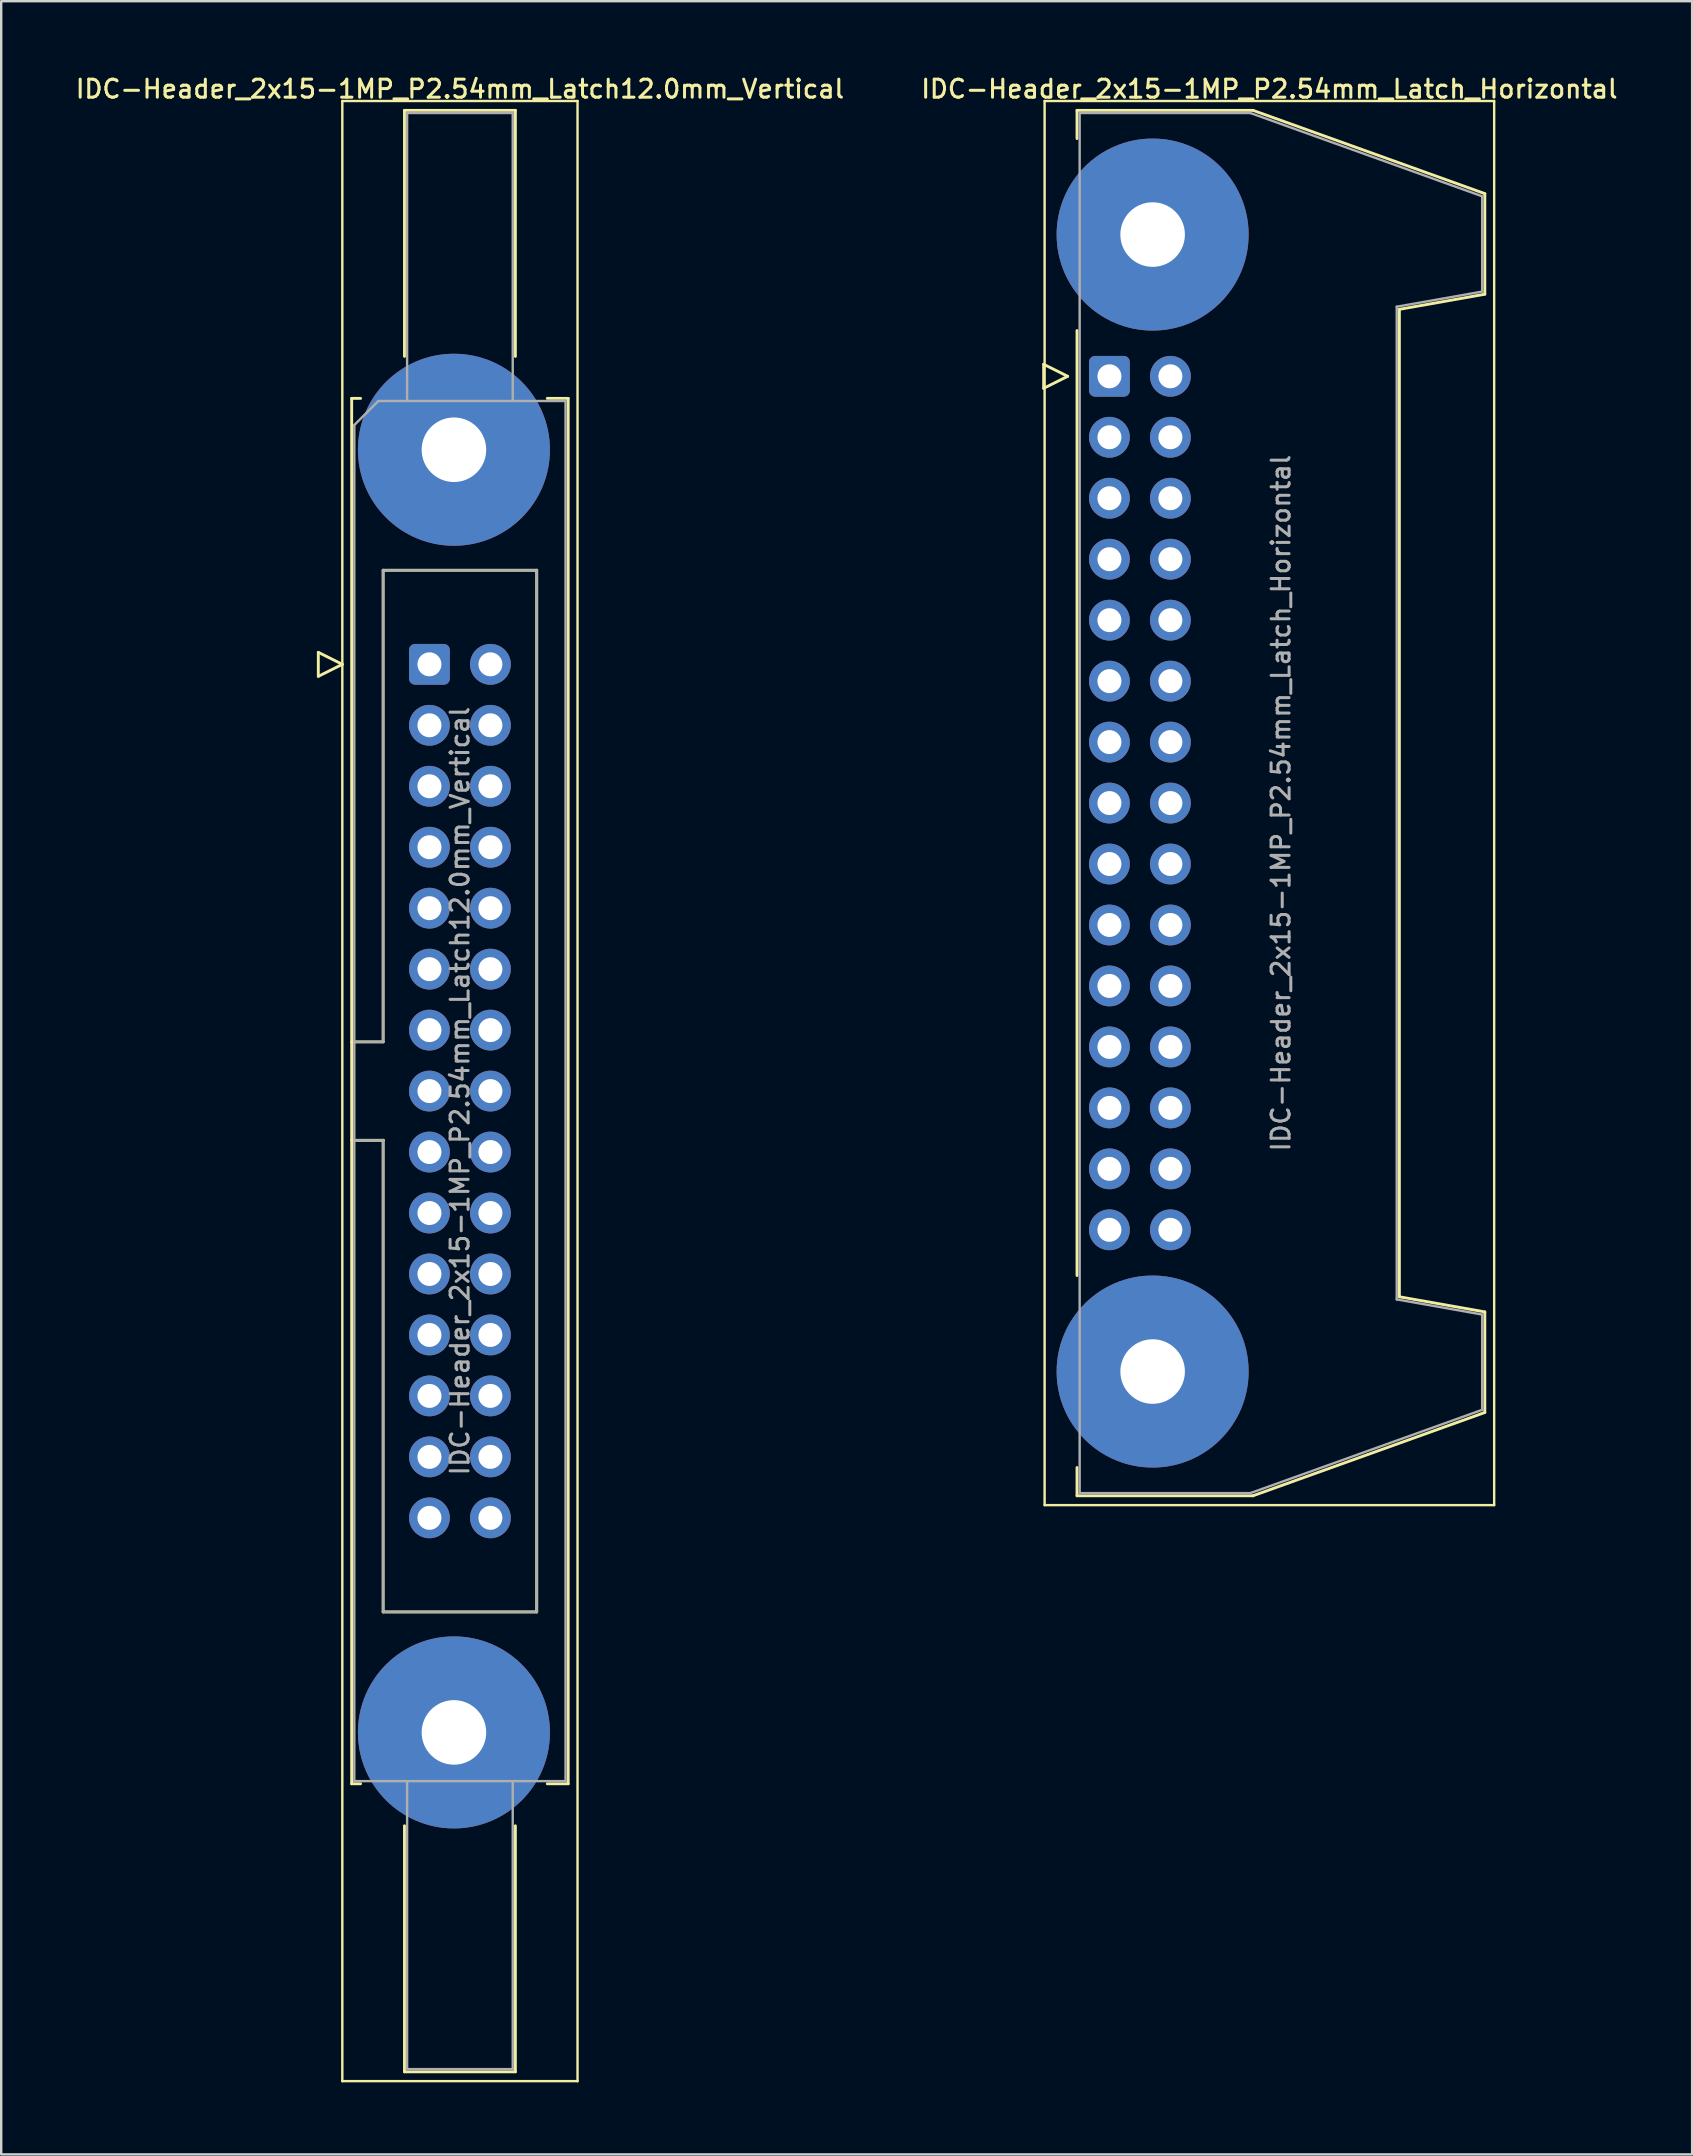
<source format=kicad_pcb>
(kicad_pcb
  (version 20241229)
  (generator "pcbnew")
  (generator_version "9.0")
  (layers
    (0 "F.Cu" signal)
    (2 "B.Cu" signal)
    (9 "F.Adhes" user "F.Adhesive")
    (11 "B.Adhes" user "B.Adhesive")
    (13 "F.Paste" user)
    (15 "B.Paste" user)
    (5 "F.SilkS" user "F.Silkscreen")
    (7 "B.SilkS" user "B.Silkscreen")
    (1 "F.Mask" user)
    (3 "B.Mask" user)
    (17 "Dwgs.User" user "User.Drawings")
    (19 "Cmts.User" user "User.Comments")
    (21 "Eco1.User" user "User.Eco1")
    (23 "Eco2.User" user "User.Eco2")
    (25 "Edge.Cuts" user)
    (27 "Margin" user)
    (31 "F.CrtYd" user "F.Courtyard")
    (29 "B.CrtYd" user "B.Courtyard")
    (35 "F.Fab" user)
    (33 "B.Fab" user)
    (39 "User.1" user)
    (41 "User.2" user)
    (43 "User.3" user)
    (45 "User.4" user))
  (footprint "IDC-Header_2x15-1MP_P2.54mm_Latch_Horizontal"
    (layer "F.Cu")
    (at 43.172 12.628)
    (property "Reference" "IDC-Header_2x15-1MP_P2.54mm_Latch_Horizontal" (at 6.665 -11.97 0) (layer "F.SilkS") (effects (font (size 0.75 0.75) (thickness 0.125))))
    (attr through_hole)
    (fp_line (start -2.74 -0.5) (end -2.74 0.5) (stroke (width 0.12) (type solid)) (layer "F.SilkS"))
    (fp_line (start -2.74 0.5) (end -1.74 0) (stroke (width 0.12) (type solid)) (layer "F.SilkS"))
    (fp_line (start -2.7 -11.47) (end -2.7 47.03) (stroke (width 0.1) (type solid)) (layer "F.SilkS"))
    (fp_line (start -2.7 47.03) (end 16.03 47.03) (stroke (width 0.1) (type solid)) (layer "F.SilkS"))
    (fp_line (start -1.74 0) (end -2.74 -0.5) (stroke (width 0.12) (type solid)) (layer "F.SilkS"))
    (fp_line (start -1.35 -11.08) (end -1.35 -9.905) (stroke (width 0.12) (type solid)) (layer "F.SilkS"))
    (fp_line (start -1.35 -11.08) (end 5.98 -11.08) (stroke (width 0.12) (type solid)) (layer "F.SilkS"))
    (fp_line (start -1.35 -1.905) (end -1.35 37.465) (stroke (width 0.12) (type solid)) (layer "F.SilkS"))
    (fp_line (start -1.35 45.465) (end -1.35 46.64) (stroke (width 0.12) (type solid)) (layer "F.SilkS"))
    (fp_line (start 5.98 -11.08) (end 15.64 -7.61) (stroke (width 0.12) (type solid)) (layer "F.SilkS"))
    (fp_line (start 5.98 46.64) (end -1.35 46.64) (stroke (width 0.12) (type solid)) (layer "F.SilkS"))
    (fp_line (start 12.08 -2.79) (end 12.08 38.35) (stroke (width 0.12) (type solid)) (layer "F.SilkS"))
    (fp_line (start 12.08 38.35) (end 15.64 38.98) (stroke (width 0.12) (type solid)) (layer "F.SilkS"))
    (fp_line (start 15.64 -7.61) (end 15.64 -3.42) (stroke (width 0.12) (type solid)) (layer "F.SilkS"))
    (fp_line (start 15.64 -3.42) (end 12.08 -2.79) (stroke (width 0.12) (type solid)) (layer "F.SilkS"))
    (fp_line (start 15.64 38.98) (end 15.64 43.17) (stroke (width 0.12) (type solid)) (layer "F.SilkS"))
    (fp_line (start 15.64 43.17) (end 5.98 46.64) (stroke (width 0.12) (type solid)) (layer "F.SilkS"))
    (fp_line (start 16.03 -11.47) (end -2.7 -11.47) (stroke (width 0.1) (type solid)) (layer "F.SilkS"))
    (fp_line (start 16.03 47.03) (end 16.03 -11.47) (stroke (width 0.1) (type solid)) (layer "F.SilkS"))
    (fp_line (start -1.24 -10.97) (end 5.87 -10.97) (stroke (width 0.1) (type solid)) (layer "F.Fab"))
    (fp_line (start -1.24 46.53) (end -1.24 -10.97) (stroke (width 0.1) (type solid)) (layer "F.Fab"))
    (fp_line (start 5.87 -10.97) (end 15.53 -7.5) (stroke (width 0.1) (type solid)) (layer "F.Fab"))
    (fp_line (start 5.87 46.53) (end -1.24 46.53) (stroke (width 0.1) (type solid)) (layer "F.Fab"))
    (fp_line (start 11.97 -2.9) (end 11.97 38.46) (stroke (width 0.1) (type solid)) (layer "F.Fab"))
    (fp_line (start 11.97 38.46) (end 15.53 39.09) (stroke (width 0.1) (type solid)) (layer "F.Fab"))
    (fp_line (start 15.53 -7.5) (end 15.53 -3.53) (stroke (width 0.1) (type solid)) (layer "F.Fab"))
    (fp_line (start 15.53 -3.53) (end 11.97 -2.9) (stroke (width 0.1) (type solid)) (layer "F.Fab"))
    (fp_line (start 15.53 39.09) (end 15.53 43.06) (stroke (width 0.1) (type solid)) (layer "F.Fab"))
    (fp_line (start 15.53 43.06) (end 5.87 46.53) (stroke (width 0.1) (type solid)) (layer "F.Fab"))
    (fp_text user "${REFERENCE}" (at 7.145 17.78 90) (layer "F.Fab") (effects (font (size 0.75 0.75) (thickness 0.125))))
    (pad "1" thru_hole roundrect (at 0 0) (size 1.7 1.7) (drill 1) (layers "*.Cu" "*.Mask") (roundrect_rratio 0.147))
    (pad "2" thru_hole circle (at 2.54 0) (size 1.7 1.7) (drill 1) (layers "*.Cu" "*.Mask"))
    (pad "3" thru_hole circle (at 0 2.54) (size 1.7 1.7) (drill 1) (layers "*.Cu" "*.Mask"))
    (pad "4" thru_hole circle (at 2.54 2.54) (size 1.7 1.7) (drill 1) (layers "*.Cu" "*.Mask"))
    (pad "5" thru_hole circle (at 0 5.08) (size 1.7 1.7) (drill 1) (layers "*.Cu" "*.Mask"))
    (pad "6" thru_hole circle (at 2.54 5.08) (size 1.7 1.7) (drill 1) (layers "*.Cu" "*.Mask"))
    (pad "7" thru_hole circle (at 0 7.62) (size 1.7 1.7) (drill 1) (layers "*.Cu" "*.Mask"))
    (pad "8" thru_hole circle (at 2.54 7.62) (size 1.7 1.7) (drill 1) (layers "*.Cu" "*.Mask"))
    (pad "9" thru_hole circle (at 0 10.16) (size 1.7 1.7) (drill 1) (layers "*.Cu" "*.Mask"))
    (pad "10" thru_hole circle (at 2.54 10.16) (size 1.7 1.7) (drill 1) (layers "*.Cu" "*.Mask"))
    (pad "11" thru_hole circle (at 0 12.7) (size 1.7 1.7) (drill 1) (layers "*.Cu" "*.Mask"))
    (pad "12" thru_hole circle (at 2.54 12.7) (size 1.7 1.7) (drill 1) (layers "*.Cu" "*.Mask"))
    (pad "13" thru_hole circle (at 0 15.24) (size 1.7 1.7) (drill 1) (layers "*.Cu" "*.Mask"))
    (pad "14" thru_hole circle (at 2.54 15.24) (size 1.7 1.7) (drill 1) (layers "*.Cu" "*.Mask"))
    (pad "15" thru_hole circle (at 0 17.78) (size 1.7 1.7) (drill 1) (layers "*.Cu" "*.Mask"))
    (pad "16" thru_hole circle (at 2.54 17.78) (size 1.7 1.7) (drill 1) (layers "*.Cu" "*.Mask"))
    (pad "17" thru_hole circle (at 0 20.32) (size 1.7 1.7) (drill 1) (layers "*.Cu" "*.Mask"))
    (pad "18" thru_hole circle (at 2.54 20.32) (size 1.7 1.7) (drill 1) (layers "*.Cu" "*.Mask"))
    (pad "19" thru_hole circle (at 0 22.86) (size 1.7 1.7) (drill 1) (layers "*.Cu" "*.Mask"))
    (pad "20" thru_hole circle (at 2.54 22.86) (size 1.7 1.7) (drill 1) (layers "*.Cu" "*.Mask"))
    (pad "21" thru_hole circle (at 0 25.4) (size 1.7 1.7) (drill 1) (layers "*.Cu" "*.Mask"))
    (pad "22" thru_hole circle (at 2.54 25.4) (size 1.7 1.7) (drill 1) (layers "*.Cu" "*.Mask"))
    (pad "23" thru_hole circle (at 0 27.94) (size 1.7 1.7) (drill 1) (layers "*.Cu" "*.Mask"))
    (pad "24" thru_hole circle (at 2.54 27.94) (size 1.7 1.7) (drill 1) (layers "*.Cu" "*.Mask"))
    (pad "25" thru_hole circle (at 0 30.48) (size 1.7 1.7) (drill 1) (layers "*.Cu" "*.Mask"))
    (pad "26" thru_hole circle (at 2.54 30.48) (size 1.7 1.7) (drill 1) (layers "*.Cu" "*.Mask"))
    (pad "27" thru_hole circle (at 0 33.02) (size 1.7 1.7) (drill 1) (layers "*.Cu" "*.Mask"))
    (pad "28" thru_hole circle (at 2.54 33.02) (size 1.7 1.7) (drill 1) (layers "*.Cu" "*.Mask"))
    (pad "29" thru_hole circle (at 0 35.56) (size 1.7 1.7) (drill 1) (layers "*.Cu" "*.Mask"))
    (pad "30" thru_hole circle (at 2.54 35.56) (size 1.7 1.7) (drill 1) (layers "*.Cu" "*.Mask"))
    (pad "MP" thru_hole circle (at 1.8 -5.905) (size 8 8) (drill 2.69) (layers "*.Cu" "*.Mask"))
    (pad "MP" thru_hole circle (at 1.8 41.465) (size 8 8) (drill 2.69) (layers "*.Cu" "*.Mask")))
  (footprint "IDC-Header_2x15-1MP_P2.54mm_Latch12.0mm_Vertical"
    (layer "F.Cu")
    (at 14.842 24.628)
    (property "Reference" "IDC-Header_2x15-1MP_P2.54mm_Latch12.0mm_Vertical" (at 1.27 -23.97 0) (layer "F.SilkS") (effects (font (size 0.75 0.75) (thickness 0.125))))
    (attr through_hole)
    (fp_line (start -4.63 -0.5) (end -4.63 0.5) (stroke (width 0.12) (type solid)) (layer "F.SilkS"))
    (fp_line (start -4.63 0.5) (end -3.63 0) (stroke (width 0.12) (type solid)) (layer "F.SilkS"))
    (fp_line (start -3.63 -23.47) (end -3.63 59.03) (stroke (width 0.1) (type solid)) (layer "F.SilkS"))
    (fp_line (start -3.63 0) (end -4.63 -0.5) (stroke (width 0.12) (type solid)) (layer "F.SilkS"))
    (fp_line (start -3.63 59.03) (end 6.17 59.03) (stroke (width 0.1) (type solid)) (layer "F.SilkS"))
    (fp_line (start -3.24 -11.08) (end -3.24 46.64) (stroke (width 0.12) (type solid)) (layer "F.SilkS"))
    (fp_line (start -3.24 15.73) (end -1.93 15.73) (stroke (width 0.12) (type solid)) (layer "F.SilkS"))
    (fp_line (start -3.24 46.64) (end -2.87 46.64) (stroke (width 0.12) (type solid)) (layer "F.SilkS"))
    (fp_line (start -2.87 -11.08) (end -3.24 -11.08) (stroke (width 0.12) (type solid)) (layer "F.SilkS"))
    (fp_line (start -1.93 -3.92) (end 4.47 -3.92) (stroke (width 0.12) (type solid)) (layer "F.SilkS"))
    (fp_line (start -1.93 15.73) (end -1.93 -3.92) (stroke (width 0.12) (type solid)) (layer "F.SilkS"))
    (fp_line (start -1.93 19.83) (end -3.24 19.83) (stroke (width 0.12) (type solid)) (layer "F.SilkS"))
    (fp_line (start -1.93 19.83) (end -1.93 19.83) (stroke (width 0.12) (type solid)) (layer "F.SilkS"))
    (fp_line (start -1.93 39.48) (end -1.93 19.83) (stroke (width 0.12) (type solid)) (layer "F.SilkS"))
    (fp_line (start -1.04 -23.08) (end 3.58 -23.08) (stroke (width 0.12) (type solid)) (layer "F.SilkS"))
    (fp_line (start -1.04 -12.83) (end -1.04 -23.08) (stroke (width 0.12) (type solid)) (layer "F.SilkS"))
    (fp_line (start -1.04 48.39) (end -1.04 58.64) (stroke (width 0.12) (type solid)) (layer "F.SilkS"))
    (fp_line (start -1.04 58.64) (end 3.58 58.64) (stroke (width 0.12) (type solid)) (layer "F.SilkS"))
    (fp_line (start 3.58 -23.08) (end 3.58 -12.83) (stroke (width 0.12) (type solid)) (layer "F.SilkS"))
    (fp_line (start 3.58 58.64) (end 3.58 48.39) (stroke (width 0.12) (type solid)) (layer "F.SilkS"))
    (fp_line (start 4.47 -3.92) (end 4.47 39.48) (stroke (width 0.12) (type solid)) (layer "F.SilkS"))
    (fp_line (start 4.47 39.48) (end -1.93 39.48) (stroke (width 0.12) (type solid)) (layer "F.SilkS"))
    (fp_line (start 4.91 -11.08) (end 5.78 -11.08) (stroke (width 0.12) (type solid)) (layer "F.SilkS"))
    (fp_line (start 5.78 -11.08) (end 5.78 46.64) (stroke (width 0.12) (type solid)) (layer "F.SilkS"))
    (fp_line (start 5.78 46.64) (end 4.91 46.64) (stroke (width 0.12) (type solid)) (layer "F.SilkS"))
    (fp_line (start 6.17 -23.47) (end -3.63 -23.47) (stroke (width 0.1) (type solid)) (layer "F.SilkS"))
    (fp_line (start 6.17 59.03) (end 6.17 -23.47) (stroke (width 0.1) (type solid)) (layer "F.SilkS"))
    (fp_line (start -3.13 -9.97) (end -2.13 -10.97) (stroke (width 0.1) (type solid)) (layer "F.Fab"))
    (fp_line (start -3.13 15.73) (end -1.93 15.73) (stroke (width 0.1) (type solid)) (layer "F.Fab"))
    (fp_line (start -3.13 46.53) (end -3.13 -9.97) (stroke (width 0.1) (type solid)) (layer "F.Fab"))
    (fp_line (start -2.13 -10.97) (end 5.67 -10.97) (stroke (width 0.1) (type solid)) (layer "F.Fab"))
    (fp_line (start -1.93 -3.92) (end 4.47 -3.92) (stroke (width 0.1) (type solid)) (layer "F.Fab"))
    (fp_line (start -1.93 15.73) (end -1.93 -3.92) (stroke (width 0.1) (type solid)) (layer "F.Fab"))
    (fp_line (start -1.93 19.83) (end -3.13 19.83) (stroke (width 0.1) (type solid)) (layer "F.Fab"))
    (fp_line (start -1.93 19.83) (end -1.93 19.83) (stroke (width 0.1) (type solid)) (layer "F.Fab"))
    (fp_line (start -1.93 39.48) (end -1.93 19.83) (stroke (width 0.1) (type solid)) (layer "F.Fab"))
    (fp_line (start -0.93 -22.97) (end 3.47 -22.97) (stroke (width 0.1) (type solid)) (layer "F.Fab"))
    (fp_line (start -0.93 -10.97) (end -0.93 -22.97) (stroke (width 0.1) (type solid)) (layer "F.Fab"))
    (fp_line (start -0.93 46.53) (end -0.93 58.53) (stroke (width 0.1) (type solid)) (layer "F.Fab"))
    (fp_line (start -0.93 58.53) (end 3.47 58.53) (stroke (width 0.1) (type solid)) (layer "F.Fab"))
    (fp_line (start 3.47 -22.97) (end 3.47 -10.97) (stroke (width 0.1) (type solid)) (layer "F.Fab"))
    (fp_line (start 3.47 58.53) (end 3.47 46.53) (stroke (width 0.1) (type solid)) (layer "F.Fab"))
    (fp_line (start 4.47 -3.92) (end 4.47 39.48) (stroke (width 0.1) (type solid)) (layer "F.Fab"))
    (fp_line (start 4.47 39.48) (end -1.93 39.48) (stroke (width 0.1) (type solid)) (layer "F.Fab"))
    (fp_line (start 5.67 -10.97) (end 5.67 46.53) (stroke (width 0.1) (type solid)) (layer "F.Fab"))
    (fp_line (start 5.67 46.53) (end -3.13 46.53) (stroke (width 0.1) (type solid)) (layer "F.Fab"))
    (fp_text user "${REFERENCE}" (at 1.27 17.78 90) (layer "F.Fab") (effects (font (size 0.75 0.75) (thickness 0.125))))
    (pad "1" thru_hole roundrect (at 0 0) (size 1.7 1.7) (drill 1) (layers "*.Cu" "*.Mask") (roundrect_rratio 0.147))
    (pad "2" thru_hole circle (at 2.54 0) (size 1.7 1.7) (drill 1) (layers "*.Cu" "*.Mask"))
    (pad "3" thru_hole circle (at 0 2.54) (size 1.7 1.7) (drill 1) (layers "*.Cu" "*.Mask"))
    (pad "4" thru_hole circle (at 2.54 2.54) (size 1.7 1.7) (drill 1) (layers "*.Cu" "*.Mask"))
    (pad "5" thru_hole circle (at 0 5.08) (size 1.7 1.7) (drill 1) (layers "*.Cu" "*.Mask"))
    (pad "6" thru_hole circle (at 2.54 5.08) (size 1.7 1.7) (drill 1) (layers "*.Cu" "*.Mask"))
    (pad "7" thru_hole circle (at 0 7.62) (size 1.7 1.7) (drill 1) (layers "*.Cu" "*.Mask"))
    (pad "8" thru_hole circle (at 2.54 7.62) (size 1.7 1.7) (drill 1) (layers "*.Cu" "*.Mask"))
    (pad "9" thru_hole circle (at 0 10.16) (size 1.7 1.7) (drill 1) (layers "*.Cu" "*.Mask"))
    (pad "10" thru_hole circle (at 2.54 10.16) (size 1.7 1.7) (drill 1) (layers "*.Cu" "*.Mask"))
    (pad "11" thru_hole circle (at 0 12.7) (size 1.7 1.7) (drill 1) (layers "*.Cu" "*.Mask"))
    (pad "12" thru_hole circle (at 2.54 12.7) (size 1.7 1.7) (drill 1) (layers "*.Cu" "*.Mask"))
    (pad "13" thru_hole circle (at 0 15.24) (size 1.7 1.7) (drill 1) (layers "*.Cu" "*.Mask"))
    (pad "14" thru_hole circle (at 2.54 15.24) (size 1.7 1.7) (drill 1) (layers "*.Cu" "*.Mask"))
    (pad "15" thru_hole circle (at 0 17.78) (size 1.7 1.7) (drill 1) (layers "*.Cu" "*.Mask"))
    (pad "16" thru_hole circle (at 2.54 17.78) (size 1.7 1.7) (drill 1) (layers "*.Cu" "*.Mask"))
    (pad "17" thru_hole circle (at 0 20.32) (size 1.7 1.7) (drill 1) (layers "*.Cu" "*.Mask"))
    (pad "18" thru_hole circle (at 2.54 20.32) (size 1.7 1.7) (drill 1) (layers "*.Cu" "*.Mask"))
    (pad "19" thru_hole circle (at 0 22.86) (size 1.7 1.7) (drill 1) (layers "*.Cu" "*.Mask"))
    (pad "20" thru_hole circle (at 2.54 22.86) (size 1.7 1.7) (drill 1) (layers "*.Cu" "*.Mask"))
    (pad "21" thru_hole circle (at 0 25.4) (size 1.7 1.7) (drill 1) (layers "*.Cu" "*.Mask"))
    (pad "22" thru_hole circle (at 2.54 25.4) (size 1.7 1.7) (drill 1) (layers "*.Cu" "*.Mask"))
    (pad "23" thru_hole circle (at 0 27.94) (size 1.7 1.7) (drill 1) (layers "*.Cu" "*.Mask"))
    (pad "24" thru_hole circle (at 2.54 27.94) (size 1.7 1.7) (drill 1) (layers "*.Cu" "*.Mask"))
    (pad "25" thru_hole circle (at 0 30.48) (size 1.7 1.7) (drill 1) (layers "*.Cu" "*.Mask"))
    (pad "26" thru_hole circle (at 2.54 30.48) (size 1.7 1.7) (drill 1) (layers "*.Cu" "*.Mask"))
    (pad "27" thru_hole circle (at 0 33.02) (size 1.7 1.7) (drill 1) (layers "*.Cu" "*.Mask"))
    (pad "28" thru_hole circle (at 2.54 33.02) (size 1.7 1.7) (drill 1) (layers "*.Cu" "*.Mask"))
    (pad "29" thru_hole circle (at 0 35.56) (size 1.7 1.7) (drill 1) (layers "*.Cu" "*.Mask"))
    (pad "30" thru_hole circle (at 2.54 35.56) (size 1.7 1.7) (drill 1) (layers "*.Cu" "*.Mask"))
    (pad "MP" thru_hole circle (at 1.02 -8.94) (size 8 8) (drill 2.69) (layers "*.Cu" "*.Mask"))
    (pad "MP" thru_hole circle (at 1.02 44.5) (size 8 8) (drill 2.69) (layers "*.Cu" "*.Mask")))
  (gr_rect
    (start -3 -3)
    (end 67.45 86.708)
    (stroke (width 0.1) (type default))
    (fill no)
    (layer "Edge.Cuts")))
</source>
